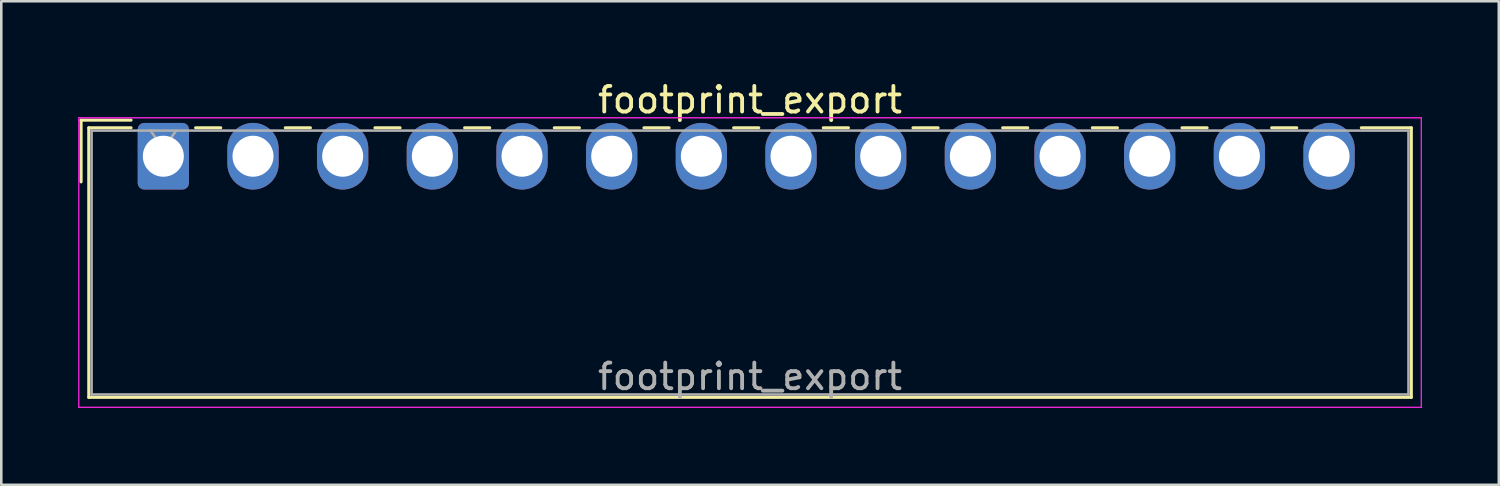
<source format=kicad_pcb>
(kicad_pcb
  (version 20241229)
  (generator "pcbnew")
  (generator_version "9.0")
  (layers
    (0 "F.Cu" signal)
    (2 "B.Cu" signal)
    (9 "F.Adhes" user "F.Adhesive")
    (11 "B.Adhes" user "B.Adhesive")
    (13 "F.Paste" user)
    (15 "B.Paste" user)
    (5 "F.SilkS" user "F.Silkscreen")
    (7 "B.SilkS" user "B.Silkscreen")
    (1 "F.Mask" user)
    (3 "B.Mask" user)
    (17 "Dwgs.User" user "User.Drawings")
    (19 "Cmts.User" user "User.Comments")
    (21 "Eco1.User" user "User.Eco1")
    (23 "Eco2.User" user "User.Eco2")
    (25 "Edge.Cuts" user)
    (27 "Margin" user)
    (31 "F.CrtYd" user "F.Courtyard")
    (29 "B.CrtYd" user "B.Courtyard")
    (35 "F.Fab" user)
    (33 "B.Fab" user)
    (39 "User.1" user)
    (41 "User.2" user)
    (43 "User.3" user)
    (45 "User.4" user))
  (footprint "footprint_export"
    (layer "F.Cu")
    (at 3.325 3.048)
    (property "Reference" "footprint_export" (at 22.9 -2.2 0) (layer "F.SilkS") (effects (font (size 1 1) (thickness 0.15))))
    (attr through_hole)
    (fp_line (start -3.21 -1.41) (end -1.26 -1.41) (stroke (width 0.12) (type solid)) (layer "F.SilkS"))
    (fp_line (start -3.21 1) (end -3.21 -1.41) (stroke (width 0.12) (type solid)) (layer "F.SilkS"))
    (fp_line (start -2.91 -1.11) (end -2.91 9.41) (stroke (width 0.12) (type solid)) (layer "F.SilkS"))
    (fp_line (start -2.91 9.41) (end 48.71 9.41) (stroke (width 0.12) (type solid)) (layer "F.SilkS"))
    (fp_line (start -1.26 -1.11) (end -2.91 -1.11) (stroke (width 0.12) (type solid)) (layer "F.SilkS"))
    (fp_line (start 1.26 -1.11) (end 2.24 -1.11) (stroke (width 0.12) (type solid)) (layer "F.SilkS"))
    (fp_line (start 4.76 -1.11) (end 5.74 -1.11) (stroke (width 0.12) (type solid)) (layer "F.SilkS"))
    (fp_line (start 8.26 -1.11) (end 9.24 -1.11) (stroke (width 0.12) (type solid)) (layer "F.SilkS"))
    (fp_line (start 11.76 -1.11) (end 12.74 -1.11) (stroke (width 0.12) (type solid)) (layer "F.SilkS"))
    (fp_line (start 15.26 -1.11) (end 16.24 -1.11) (stroke (width 0.12) (type solid)) (layer "F.SilkS"))
    (fp_line (start 18.76 -1.11) (end 19.74 -1.11) (stroke (width 0.12) (type solid)) (layer "F.SilkS"))
    (fp_line (start 22.26 -1.11) (end 23.24 -1.11) (stroke (width 0.12) (type solid)) (layer "F.SilkS"))
    (fp_line (start 25.76 -1.11) (end 26.74 -1.11) (stroke (width 0.12) (type solid)) (layer "F.SilkS"))
    (fp_line (start 29.26 -1.11) (end 30.24 -1.11) (stroke (width 0.12) (type solid)) (layer "F.SilkS"))
    (fp_line (start 32.76 -1.11) (end 33.74 -1.11) (stroke (width 0.12) (type solid)) (layer "F.SilkS"))
    (fp_line (start 36.26 -1.11) (end 37.24 -1.11) (stroke (width 0.12) (type solid)) (layer "F.SilkS"))
    (fp_line (start 39.76 -1.11) (end 40.74 -1.11) (stroke (width 0.12) (type solid)) (layer "F.SilkS"))
    (fp_line (start 43.26 -1.11) (end 44.24 -1.11) (stroke (width 0.12) (type solid)) (layer "F.SilkS"))
    (fp_line (start 48.71 -1.11) (end 46.76 -1.11) (stroke (width 0.12) (type solid)) (layer "F.SilkS"))
    (fp_line (start 48.71 9.41) (end 48.71 -1.11) (stroke (width 0.12) (type solid)) (layer "F.SilkS"))
    (fp_line (start -3.3 -1.5) (end -3.3 9.8) (stroke (width 0.05) (type solid)) (layer "F.CrtYd"))
    (fp_line (start -3.3 9.8) (end 49.1 9.8) (stroke (width 0.05) (type solid)) (layer "F.CrtYd"))
    (fp_line (start 49.1 -1.5) (end -3.3 -1.5) (stroke (width 0.05) (type solid)) (layer "F.CrtYd"))
    (fp_line (start 49.1 9.8) (end 49.1 -1.5) (stroke (width 0.05) (type solid)) (layer "F.CrtYd"))
    (fp_line (start -2.8 -1) (end -2.8 9.3) (stroke (width 0.1) (type solid)) (layer "F.Fab"))
    (fp_line (start -2.8 9.3) (end 48.6 9.3) (stroke (width 0.1) (type solid)) (layer "F.Fab"))
    (fp_line (start -0.5 -1) (end 0 -0.293) (stroke (width 0.1) (type solid)) (layer "F.Fab"))
    (fp_line (start 0 -0.293) (end 0.5 -1) (stroke (width 0.1) (type solid)) (layer "F.Fab"))
    (fp_line (start 48.6 -1) (end -2.8 -1) (stroke (width 0.1) (type solid)) (layer "F.Fab"))
    (fp_line (start 48.6 9.3) (end 48.6 -1) (stroke (width 0.1) (type solid)) (layer "F.Fab"))
    (fp_text user "${REFERENCE}" (at 22.9 8.6 0) (layer "F.Fab") (effects (font (size 1 1) (thickness 0.15))))
    (pad "1" thru_hole roundrect (at 0 0) (size 2 2.6) (drill 1.6) (layers "*.Cu" "*.Mask") (roundrect_rratio 0.125))
    (pad "2" thru_hole oval (at 3.5 0) (size 2 2.6) (drill 1.6) (layers "*.Cu" "*.Mask"))
    (pad "3" thru_hole oval (at 7 0) (size 2 2.6) (drill 1.6) (layers "*.Cu" "*.Mask"))
    (pad "4" thru_hole oval (at 10.5 0) (size 2 2.6) (drill 1.6) (layers "*.Cu" "*.Mask"))
    (pad "5" thru_hole oval (at 14 0) (size 2 2.6) (drill 1.6) (layers "*.Cu" "*.Mask"))
    (pad "6" thru_hole oval (at 17.5 0) (size 2 2.6) (drill 1.6) (layers "*.Cu" "*.Mask"))
    (pad "7" thru_hole oval (at 21 0) (size 2 2.6) (drill 1.6) (layers "*.Cu" "*.Mask"))
    (pad "8" thru_hole oval (at 24.5 0) (size 2 2.6) (drill 1.6) (layers "*.Cu" "*.Mask"))
    (pad "9" thru_hole oval (at 28 0) (size 2 2.6) (drill 1.6) (layers "*.Cu" "*.Mask"))
    (pad "10" thru_hole oval (at 31.5 0) (size 2 2.6) (drill 1.6) (layers "*.Cu" "*.Mask"))
    (pad "11" thru_hole oval (at 35 0) (size 2 2.6) (drill 1.6) (layers "*.Cu" "*.Mask"))
    (pad "12" thru_hole oval (at 38.5 0) (size 2 2.6) (drill 1.6) (layers "*.Cu" "*.Mask"))
    (pad "13" thru_hole oval (at 42 0) (size 2 2.6) (drill 1.6) (layers "*.Cu" "*.Mask"))
    (pad "14" thru_hole oval (at 45.5 0) (size 2 2.6) (drill 1.6) (layers "*.Cu" "*.Mask")))
  (gr_rect
    (start -3 -3)
    (end 55.45 15.873)
    (stroke (width 0.1) (type default))
    (fill no)
    (layer "Edge.Cuts")))
</source>
